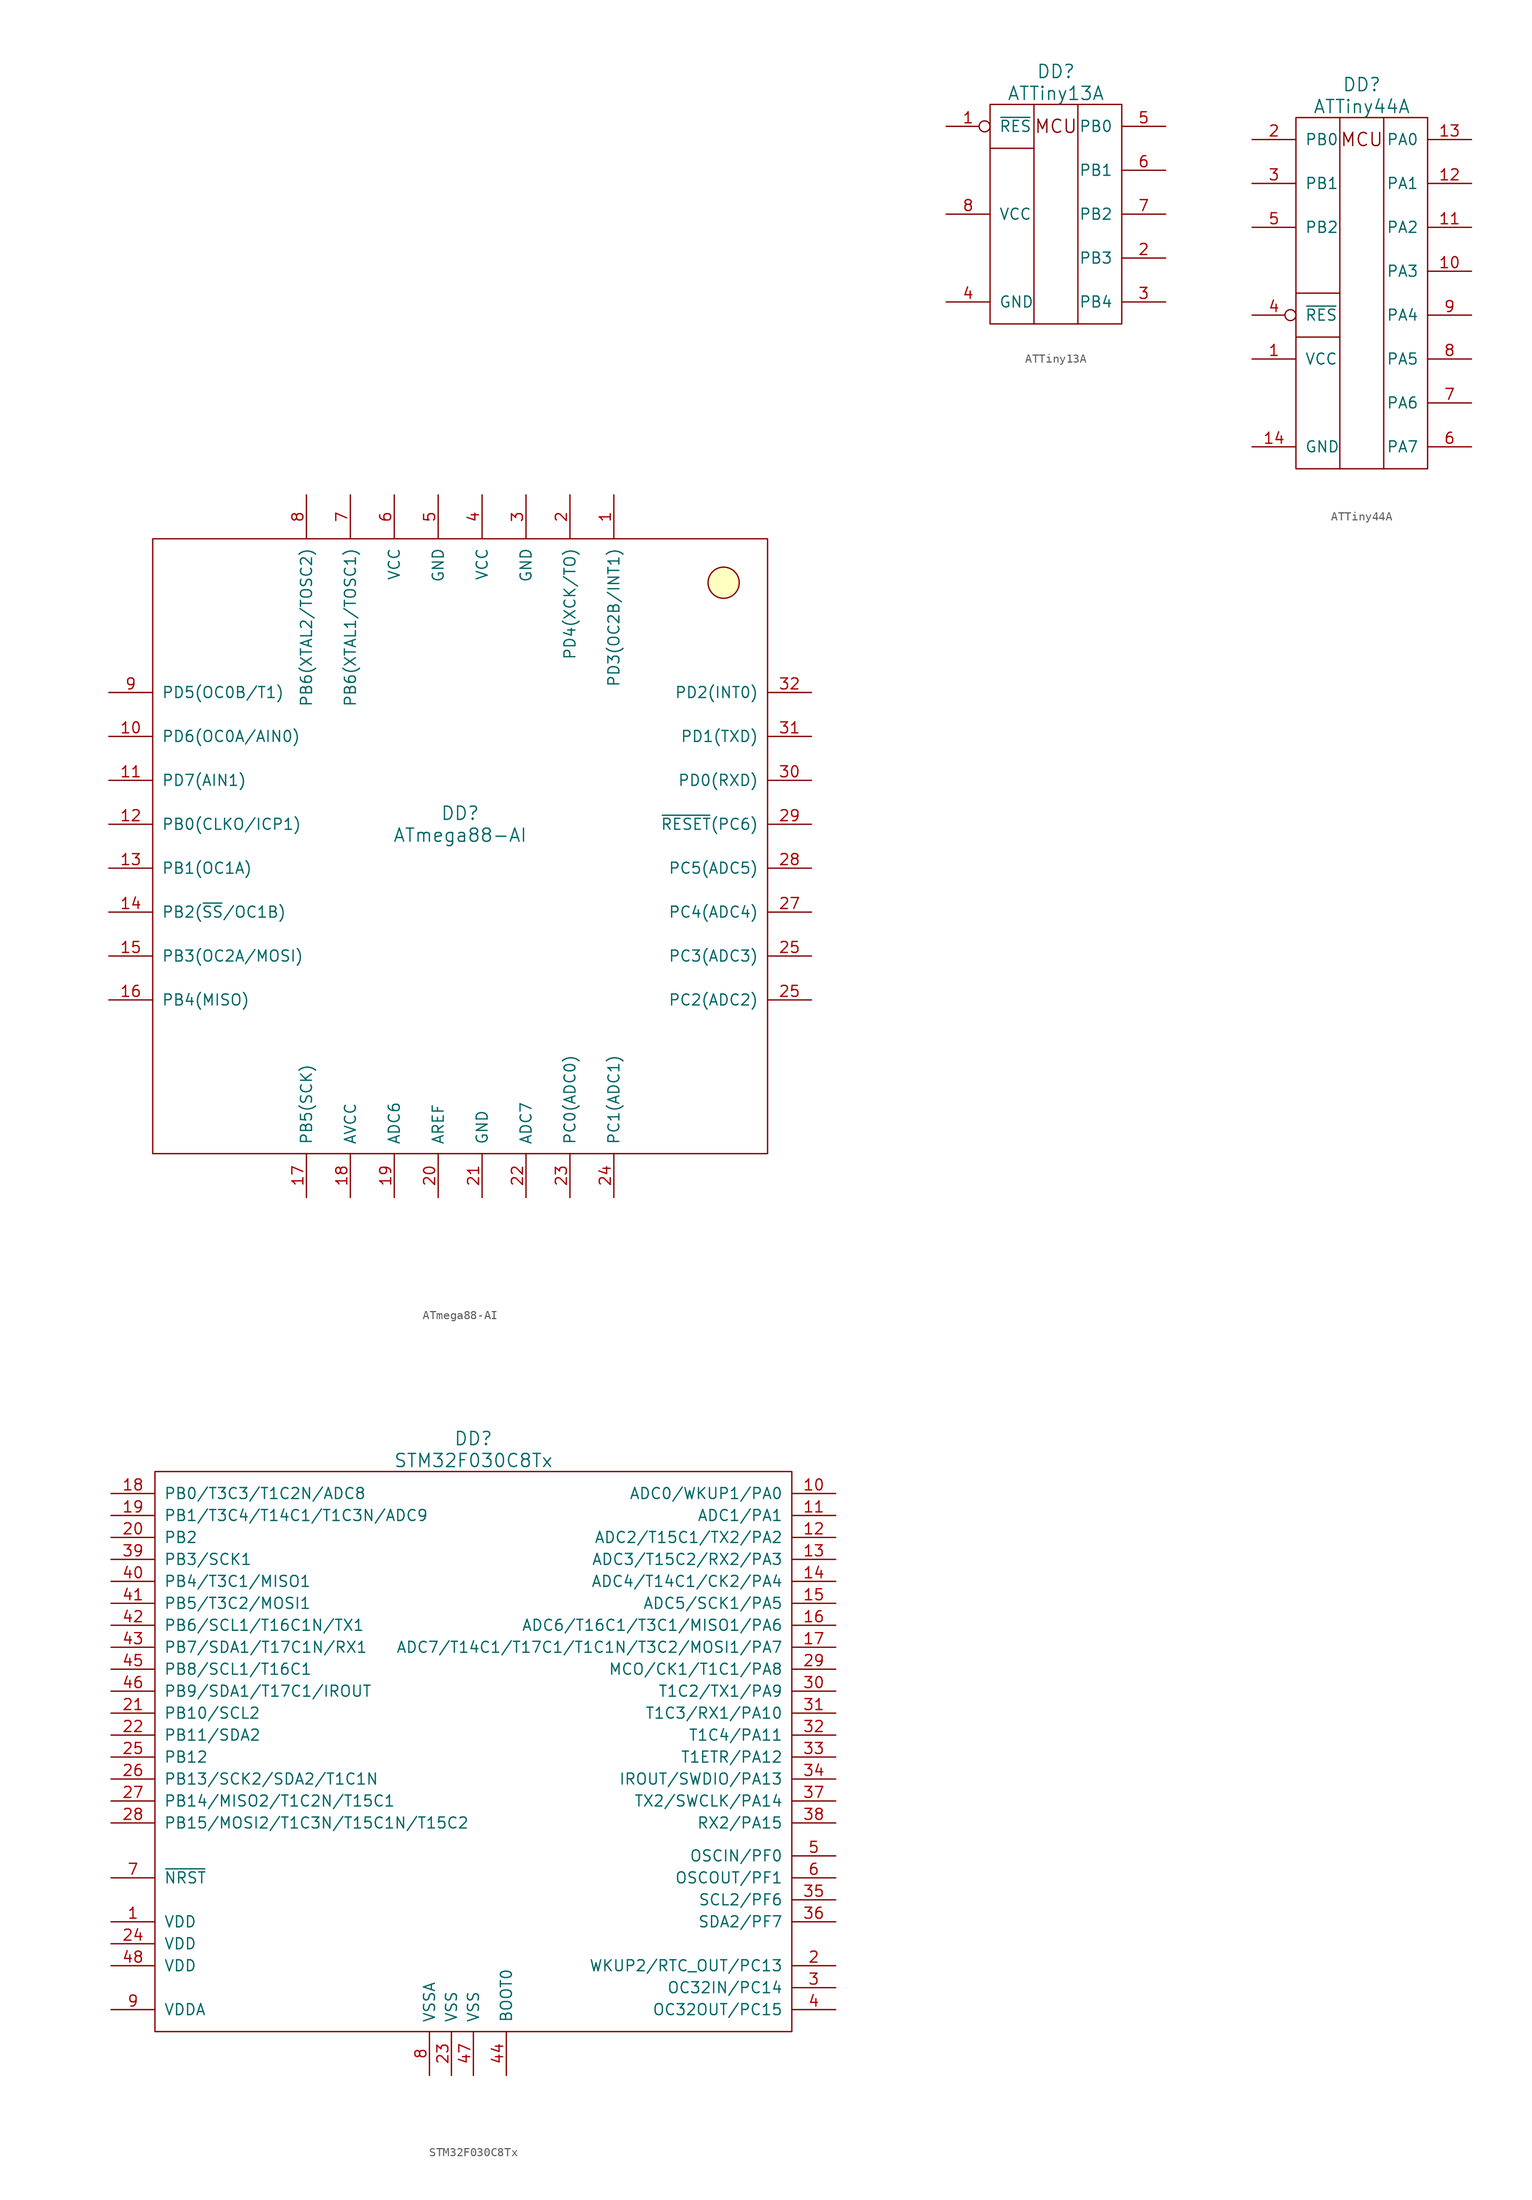
<source format=kicad_sym>
(kicad_symbol_lib
  (version 20220914)
  (generator kicad_symbol_editor)
  (symbol "ATmega88-AI"
    (pin_names
      (offset 1.016))
    (property "Reference" "DD"
      (at 0 3.81 0)
      (effects (font (size 1.524 1.524))))
    (property "Value" "ATmega88-AI"
      (at 0 1.27 0)
      (effects (font (size 1.524 1.524))))
    (property "Datasheet" ""
      (at 12.7 81.28 0)
      (effects (font (size 1.524 1.524))))
    (symbol "ATmega88-AI_0_1"
      (circle (center 30.48 30.48) (radius 1.803) (stroke (width 0) (type solid)) (fill (type background)))
      (rectangle (start 35.56 35.56) (end -35.56 -35.56) (stroke (width 0) (type solid)) (fill (type none))))
    (symbol "ATmega88-AI_1_1"
      (pin bidirectional line (at 17.78 40.64 270) (length 5.08) (name "PD3(OC2B/INT1)" (effects (font (size 1.27 1.27)))) (number "1" (effects (font (size 1.27 1.27)))))
      (pin bidirectional line (at -40.64 12.7 0) (length 5.08) (name "PD6(OC0A/AIN0)" (effects (font (size 1.27 1.27)))) (number "10" (effects (font (size 1.27 1.27)))))
      (pin bidirectional line (at -40.64 7.62 0) (length 5.08) (name "PD7(AIN1)" (effects (font (size 1.27 1.27)))) (number "11" (effects (font (size 1.27 1.27)))))
      (pin bidirectional line (at -40.64 2.54 0) (length 5.08) (name "PB0(CLKO/ICP1)" (effects (font (size 1.27 1.27)))) (number "12" (effects (font (size 1.27 1.27)))))
      (pin bidirectional line (at -40.64 -2.54 0) (length 5.08) (name "PB1(OC1A)" (effects (font (size 1.27 1.27)))) (number "13" (effects (font (size 1.27 1.27)))))
      (pin bidirectional line (at -40.64 -7.62 0) (length 5.08) (name "PB2(~{SS}/OC1B)" (effects (font (size 1.27 1.27)))) (number "14" (effects (font (size 1.27 1.27)))))
      (pin bidirectional line (at -40.64 -12.7 0) (length 5.08) (name "PB3(OC2A/MOSI)" (effects (font (size 1.27 1.27)))) (number "15" (effects (font (size 1.27 1.27)))))
      (pin bidirectional line (at -40.64 -17.78 0) (length 5.08) (name "PB4(MISO)" (effects (font (size 1.27 1.27)))) (number "16" (effects (font (size 1.27 1.27)))))
      (pin bidirectional line (at -17.78 -40.64 90) (length 5.08) (name "PB5(SCK)" (effects (font (size 1.27 1.27)))) (number "17" (effects (font (size 1.27 1.27)))))
      (pin power_in line (at -12.7 -40.64 90) (length 5.08) (name "AVCC" (effects (font (size 1.27 1.27)))) (number "18" (effects (font (size 1.27 1.27)))))
      (pin input line (at -7.62 -40.64 90) (length 5.08) (name "ADC6" (effects (font (size 1.27 1.27)))) (number "19" (effects (font (size 1.27 1.27)))))
      (pin bidirectional line (at 12.7 40.64 270) (length 5.08) (name "PD4(XCK/TO)" (effects (font (size 1.27 1.27)))) (number "2" (effects (font (size 1.27 1.27)))))
      (pin bidirectional line (at -2.54 -40.64 90) (length 5.08) (name "AREF" (effects (font (size 1.27 1.27)))) (number "20" (effects (font (size 1.27 1.27)))))
      (pin power_in line (at 2.54 -40.64 90) (length 5.08) (name "GND" (effects (font (size 1.27 1.27)))) (number "21" (effects (font (size 1.27 1.27)))))
      (pin input line (at 7.62 -40.64 90) (length 5.08) (name "ADC7" (effects (font (size 1.27 1.27)))) (number "22" (effects (font (size 1.27 1.27)))))
      (pin bidirectional line (at 12.7 -40.64 90) (length 5.08) (name "PC0(ADC0)" (effects (font (size 1.27 1.27)))) (number "23" (effects (font (size 1.27 1.27)))))
      (pin bidirectional line (at 17.78 -40.64 90) (length 5.08) (name "PC1(ADC1)" (effects (font (size 1.27 1.27)))) (number "24" (effects (font (size 1.27 1.27)))))
      (pin bidirectional line (at 40.64 -17.78 180) (length 5.08) (name "PC2(ADC2)" (effects (font (size 1.27 1.27)))) (number "25" (effects (font (size 1.27 1.27)))))
      (pin bidirectional line (at 40.64 -12.7 180) (length 5.08) (name "PC3(ADC3)" (effects (font (size 1.27 1.27)))) (number "25" (effects (font (size 1.27 1.27)))))
      (pin bidirectional line (at 40.64 -7.62 180) (length 5.08) (name "PC4(ADC4)" (effects (font (size 1.27 1.27)))) (number "27" (effects (font (size 1.27 1.27)))))
      (pin bidirectional line (at 40.64 -2.54 180) (length 5.08) (name "PC5(ADC5)" (effects (font (size 1.27 1.27)))) (number "28" (effects (font (size 1.27 1.27)))))
      (pin bidirectional line (at 40.64 2.54 180) (length 5.08) (name "~{RESET}(PC6)" (effects (font (size 1.27 1.27)))) (number "29" (effects (font (size 1.27 1.27)))))
      (pin power_in line (at 7.62 40.64 270) (length 5.08) (name "GND" (effects (font (size 1.27 1.27)))) (number "3" (effects (font (size 1.27 1.27)))))
      (pin bidirectional line (at 40.64 7.62 180) (length 5.08) (name "PD0(RXD)" (effects (font (size 1.27 1.27)))) (number "30" (effects (font (size 1.27 1.27)))))
      (pin bidirectional line (at 40.64 12.7 180) (length 5.08) (name "PD1(TXD)" (effects (font (size 1.27 1.27)))) (number "31" (effects (font (size 1.27 1.27)))))
      (pin bidirectional line (at 40.64 17.78 180) (length 5.08) (name "PD2(INT0)" (effects (font (size 1.27 1.27)))) (number "32" (effects (font (size 1.27 1.27)))))
      (pin power_in line (at 2.54 40.64 270) (length 5.08) (name "VCC" (effects (font (size 1.27 1.27)))) (number "4" (effects (font (size 1.27 1.27)))))
      (pin power_in line (at -2.54 40.64 270) (length 5.08) (name "GND" (effects (font (size 1.27 1.27)))) (number "5" (effects (font (size 1.27 1.27)))))
      (pin power_in line (at -7.62 40.64 270) (length 5.08) (name "VCC" (effects (font (size 1.27 1.27)))) (number "6" (effects (font (size 1.27 1.27)))))
      (pin bidirectional line (at -12.7 40.64 270) (length 5.08) (name "PB6(XTAL1/TOSC1)" (effects (font (size 1.27 1.27)))) (number "7" (effects (font (size 1.27 1.27)))))
      (pin bidirectional line (at -17.78 40.64 270) (length 5.08) (name "PB6(XTAL2/TOSC2)" (effects (font (size 1.27 1.27)))) (number "8" (effects (font (size 1.27 1.27)))))
      (pin bidirectional line (at -40.64 17.78 0) (length 5.08) (name "PD5(OC0B/T1)" (effects (font (size 1.27 1.27)))) (number "9" (effects (font (size 1.27 1.27)))))))
  (symbol "ATTiny13A"
    (pin_names
      (offset 1.016))
    (property "Reference" "DD"
      (at 0 16.51 0)
      (effects (font (size 1.524 1.524))))
    (property "Value" "ATTiny13A"
      (at 0 13.97 0)
      (effects (font (size 1.524 1.524))))
    (property "Datasheet" ""
      (at -12.7 10.16 0)
      (effects (font (size 1.524 1.524))))
    (symbol "ATTiny13A_0_0"
      (polyline (pts (xy -7.62 7.62) (xy -2.54 7.62) (xy -2.54 7.62)) (stroke (width 0) (type solid)) (fill (type none)))
      (text "MCU" (at 0 10.16 0) (effects (font (size 1.524 1.524)))))
    (symbol "ATTiny13A_0_1"
      (rectangle (start -7.62 12.7) (end 7.62 -12.7) (stroke (width 0) (type solid)) (fill (type none)))
      (polyline (pts (xy -2.54 12.7) (xy -2.54 -7.62) (xy -2.54 -12.7)) (stroke (width 0) (type solid)) (fill (type none)))
      (polyline (pts (xy 2.54 -12.7) (xy 2.54 12.7) (xy 2.54 12.7)) (stroke (width 0) (type solid)) (fill (type none))))
    (symbol "ATTiny13A_1_1"
      (pin input inverted (at -12.7 10.16 0) (length 5.08) (name "~{RES}" (effects (font (size 1.27 1.27)))) (number "1" (effects (font (size 1.27 1.27)))))
      (pin bidirectional line (at 12.7 -5.08 180) (length 5.08) (name "PB3" (effects (font (size 1.27 1.27)))) (number "2" (effects (font (size 1.27 1.27)))))
      (pin bidirectional line (at 12.7 -10.16 180) (length 5.08) (name "PB4" (effects (font (size 1.27 1.27)))) (number "3" (effects (font (size 1.27 1.27)))))
      (pin power_in line (at -12.7 -10.16 0) (length 5.08) (name "GND" (effects (font (size 1.27 1.27)))) (number "4" (effects (font (size 1.27 1.27)))))
      (pin bidirectional line (at 12.7 10.16 180) (length 5.08) (name "PB0" (effects (font (size 1.27 1.27)))) (number "5" (effects (font (size 1.27 1.27)))))
      (pin bidirectional line (at 12.7 5.08 180) (length 5.08) (name "PB1" (effects (font (size 1.27 1.27)))) (number "6" (effects (font (size 1.27 1.27)))))
      (pin bidirectional line (at 12.7 0 180) (length 5.08) (name "PB2" (effects (font (size 1.27 1.27)))) (number "7" (effects (font (size 1.27 1.27)))))
      (pin power_in line (at -12.7 0 0) (length 5.08) (name "VCC" (effects (font (size 1.27 1.27)))) (number "8" (effects (font (size 1.27 1.27)))))))
  (symbol "ATTiny44A"
    (pin_names
      (offset 1.016))
    (property "Reference" "DD"
      (at 0 24.13 0)
      (effects (font (size 1.524 1.524))))
    (property "Value" "ATTiny44A"
      (at 0 21.59 0)
      (effects (font (size 1.524 1.524))))
    (property "Datasheet" ""
      (at -12.7 17.78 0)
      (effects (font (size 1.524 1.524))))
    (symbol "ATTiny44A_0_0"
      (polyline (pts (xy -7.62 -5.08) (xy -2.54 -5.08) (xy -2.54 -5.08)) (stroke (width 0) (type solid)) (fill (type none)))
      (polyline (pts (xy -7.62 0) (xy -2.54 0) (xy -2.54 0)) (stroke (width 0) (type solid)) (fill (type none)))
      (text "MCU" (at 0 17.78 0) (effects (font (size 1.524 1.524)))))
    (symbol "ATTiny44A_0_1"
      (rectangle (start -7.62 20.32) (end 7.62 -20.32) (stroke (width 0) (type solid)) (fill (type none)))
      (polyline (pts (xy -2.54 20.32) (xy -2.54 -13.97) (xy -2.54 -20.32)) (stroke (width 0) (type solid)) (fill (type none)))
      (polyline (pts (xy 2.54 -20.32) (xy 2.54 20.32) (xy 2.54 20.32)) (stroke (width 0) (type solid)) (fill (type none))))
    (symbol "ATTiny44A_1_1"
      (pin power_in line (at -12.7 -7.62 0) (length 5.08) (name "VCC" (effects (font (size 1.27 1.27)))) (number "1" (effects (font (size 1.27 1.27)))))
      (pin bidirectional line (at 12.7 2.54 180) (length 5.08) (name "PA3" (effects (font (size 1.27 1.27)))) (number "10" (effects (font (size 1.27 1.27)))))
      (pin bidirectional line (at 12.7 7.62 180) (length 5.08) (name "PA2" (effects (font (size 1.27 1.27)))) (number "11" (effects (font (size 1.27 1.27)))))
      (pin bidirectional line (at 12.7 12.7 180) (length 5.08) (name "PA1" (effects (font (size 1.27 1.27)))) (number "12" (effects (font (size 1.27 1.27)))))
      (pin bidirectional line (at 12.7 17.78 180) (length 5.08) (name "PA0" (effects (font (size 1.27 1.27)))) (number "13" (effects (font (size 1.27 1.27)))))
      (pin power_in line (at -12.7 -17.78 0) (length 5.08) (name "GND" (effects (font (size 1.27 1.27)))) (number "14" (effects (font (size 1.27 1.27)))))
      (pin bidirectional line (at -12.7 17.78 0) (length 5.08) (name "PB0" (effects (font (size 1.27 1.27)))) (number "2" (effects (font (size 1.27 1.27)))))
      (pin bidirectional line (at -12.7 12.7 0) (length 5.08) (name "PB1" (effects (font (size 1.27 1.27)))) (number "3" (effects (font (size 1.27 1.27)))))
      (pin input inverted (at -12.7 -2.54 0) (length 5.08) (name "~{RES}" (effects (font (size 1.27 1.27)))) (number "4" (effects (font (size 1.27 1.27)))))
      (pin bidirectional line (at -12.7 7.62 0) (length 5.08) (name "PB2" (effects (font (size 1.27 1.27)))) (number "5" (effects (font (size 1.27 1.27)))))
      (pin bidirectional line (at 12.7 -17.78 180) (length 5.08) (name "PA7" (effects (font (size 1.27 1.27)))) (number "6" (effects (font (size 1.27 1.27)))))
      (pin bidirectional line (at 12.7 -12.7 180) (length 5.08) (name "PA6" (effects (font (size 1.27 1.27)))) (number "7" (effects (font (size 1.27 1.27)))))
      (pin bidirectional line (at 12.7 -7.62 180) (length 5.08) (name "PA5" (effects (font (size 1.27 1.27)))) (number "8" (effects (font (size 1.27 1.27)))))
      (pin bidirectional line (at 12.7 -2.54 180) (length 5.08) (name "PA4" (effects (font (size 1.27 1.27)))) (number "9" (effects (font (size 1.27 1.27)))))))
  (symbol "STM32F030C8Tx"
    (pin_names
      (offset 1.016))
    (property "Reference" "DD"
      (at 0 35.56 0)
      (effects (font (size 1.524 1.524))))
    (property "Value" "STM32F030C8Tx"
      (at 0 33.02 0)
      (effects (font (size 1.524 1.524))))
    (property "Datasheet" ""
      (at -3.81 -1.27 0)
      (effects (font (size 1.524 1.524))))
    (symbol "STM32F030C8Tx_0_1"
      (rectangle (start -36.83 31.75) (end 36.83 -33.02) (stroke (width 0) (type solid)) (fill (type none))))
    (symbol "STM32F030C8Tx_1_1"
      (pin power_in line (at -41.91 -20.32 0) (length 5.08) (name "VDD" (effects (font (size 1.27 1.27)))) (number "1" (effects (font (size 1.27 1.27)))))
      (pin passive line (at 41.91 29.21 180) (length 5.08) (name "ADC0/WKUP1/PA0" (effects (font (size 1.27 1.27)))) (number "10" (effects (font (size 1.27 1.27)))))
      (pin passive line (at 41.91 26.67 180) (length 5.08) (name "ADC1/PA1" (effects (font (size 1.27 1.27)))) (number "11" (effects (font (size 1.27 1.27)))))
      (pin passive line (at 41.91 24.13 180) (length 5.08) (name "ADC2/T15C1/TX2/PA2" (effects (font (size 1.27 1.27)))) (number "12" (effects (font (size 1.27 1.27)))))
      (pin passive line (at 41.91 21.59 180) (length 5.08) (name "ADC3/T15C2/RX2/PA3" (effects (font (size 1.27 1.27)))) (number "13" (effects (font (size 1.27 1.27)))))
      (pin passive line (at 41.91 19.05 180) (length 5.08) (name "ADC4/T14C1/CK2/PA4" (effects (font (size 1.27 1.27)))) (number "14" (effects (font (size 1.27 1.27)))))
      (pin passive line (at 41.91 16.51 180) (length 5.08) (name "ADC5/SCK1/PA5" (effects (font (size 1.27 1.27)))) (number "15" (effects (font (size 1.27 1.27)))))
      (pin passive line (at 41.91 13.97 180) (length 5.08) (name "ADC6/T16C1/T3C1/MISO1/PA6" (effects (font (size 1.27 1.27)))) (number "16" (effects (font (size 1.27 1.27)))))
      (pin passive line (at 41.91 11.43 180) (length 5.08) (name "ADC7/T14C1/T17C1/T1C1N/T3C2/MOSI1/PA7" (effects (font (size 1.27 1.27)))) (number "17" (effects (font (size 1.27 1.27)))))
      (pin passive line (at -41.91 29.21 0) (length 5.08) (name "PB0/T3C3/T1C2N/ADC8" (effects (font (size 1.27 1.27)))) (number "18" (effects (font (size 1.27 1.27)))))
      (pin passive line (at -41.91 26.67 0) (length 5.08) (name "PB1/T3C4/T14C1/T1C3N/ADC9" (effects (font (size 1.27 1.27)))) (number "19" (effects (font (size 1.27 1.27)))))
      (pin passive line (at 41.91 -25.4 180) (length 5.08) (name "WKUP2/RTC_OUT/PC13" (effects (font (size 1.27 1.27)))) (number "2" (effects (font (size 1.27 1.27)))))
      (pin passive line (at -41.91 24.13 0) (length 5.08) (name "PB2" (effects (font (size 1.27 1.27)))) (number "20" (effects (font (size 1.27 1.27)))))
      (pin passive line (at -41.91 3.81 0) (length 5.08) (name "PB10/SCL2" (effects (font (size 1.27 1.27)))) (number "21" (effects (font (size 1.27 1.27)))))
      (pin passive line (at -41.91 1.27 0) (length 5.08) (name "PB11/SDA2" (effects (font (size 1.27 1.27)))) (number "22" (effects (font (size 1.27 1.27)))))
      (pin power_in line (at -2.54 -38.1 90) (length 5.08) (name "VSS" (effects (font (size 1.27 1.27)))) (number "23" (effects (font (size 1.27 1.27)))))
      (pin power_in line (at -41.91 -22.86 0) (length 5.08) (name "VDD" (effects (font (size 1.27 1.27)))) (number "24" (effects (font (size 1.27 1.27)))))
      (pin passive line (at -41.91 -1.27 0) (length 5.08) (name "PB12" (effects (font (size 1.27 1.27)))) (number "25" (effects (font (size 1.27 1.27)))))
      (pin passive line (at -41.91 -3.81 0) (length 5.08) (name "PB13/SCK2/SDA2/T1C1N" (effects (font (size 1.27 1.27)))) (number "26" (effects (font (size 1.27 1.27)))))
      (pin passive line (at -41.91 -6.35 0) (length 5.08) (name "PB14/MISO2/T1C2N/T15C1" (effects (font (size 1.27 1.27)))) (number "27" (effects (font (size 1.27 1.27)))))
      (pin passive line (at -41.91 -8.89 0) (length 5.08) (name "PB15/MOSI2/T1C3N/T15C1N/T15C2" (effects (font (size 1.27 1.27)))) (number "28" (effects (font (size 1.27 1.27)))))
      (pin passive line (at 41.91 8.89 180) (length 5.08) (name "MCO/CK1/T1C1/PA8" (effects (font (size 1.27 1.27)))) (number "29" (effects (font (size 1.27 1.27)))))
      (pin passive line (at 41.91 -27.94 180) (length 5.08) (name "OC32IN/PC14" (effects (font (size 1.27 1.27)))) (number "3" (effects (font (size 1.27 1.27)))))
      (pin passive line (at 41.91 6.35 180) (length 5.08) (name "T1C2/TX1/PA9" (effects (font (size 1.27 1.27)))) (number "30" (effects (font (size 1.27 1.27)))))
      (pin passive line (at 41.91 3.81 180) (length 5.08) (name "T1C3/RX1/PA10" (effects (font (size 1.27 1.27)))) (number "31" (effects (font (size 1.27 1.27)))))
      (pin passive line (at 41.91 1.27 180) (length 5.08) (name "T1C4/PA11" (effects (font (size 1.27 1.27)))) (number "32" (effects (font (size 1.27 1.27)))))
      (pin passive line (at 41.91 -1.27 180) (length 5.08) (name "T1ETR/PA12" (effects (font (size 1.27 1.27)))) (number "33" (effects (font (size 1.27 1.27)))))
      (pin passive line (at 41.91 -3.81 180) (length 5.08) (name "IROUT/SWDIO/PA13" (effects (font (size 1.27 1.27)))) (number "34" (effects (font (size 1.27 1.27)))))
      (pin passive line (at 41.91 -17.78 180) (length 5.08) (name "SCL2/PF6" (effects (font (size 1.27 1.27)))) (number "35" (effects (font (size 1.27 1.27)))))
      (pin passive line (at 41.91 -20.32 180) (length 5.08) (name "SDA2/PF7" (effects (font (size 1.27 1.27)))) (number "36" (effects (font (size 1.27 1.27)))))
      (pin passive line (at 41.91 -6.35 180) (length 5.08) (name "TX2/SWCLK/PA14" (effects (font (size 1.27 1.27)))) (number "37" (effects (font (size 1.27 1.27)))))
      (pin passive line (at 41.91 -8.89 180) (length 5.08) (name "RX2/PA15" (effects (font (size 1.27 1.27)))) (number "38" (effects (font (size 1.27 1.27)))))
      (pin passive line (at -41.91 21.59 0) (length 5.08) (name "PB3/SCK1" (effects (font (size 1.27 1.27)))) (number "39" (effects (font (size 1.27 1.27)))))
      (pin passive line (at 41.91 -30.48 180) (length 5.08) (name "OC32OUT/PC15" (effects (font (size 1.27 1.27)))) (number "4" (effects (font (size 1.27 1.27)))))
      (pin passive line (at -41.91 19.05 0) (length 5.08) (name "PB4/T3C1/MISO1" (effects (font (size 1.27 1.27)))) (number "40" (effects (font (size 1.27 1.27)))))
      (pin passive line (at -41.91 16.51 0) (length 5.08) (name "PB5/T3C2/MOSI1" (effects (font (size 1.27 1.27)))) (number "41" (effects (font (size 1.27 1.27)))))
      (pin passive line (at -41.91 13.97 0) (length 5.08) (name "PB6/SCL1/T16C1N/TX1" (effects (font (size 1.27 1.27)))) (number "42" (effects (font (size 1.27 1.27)))))
      (pin passive line (at -41.91 11.43 0) (length 5.08) (name "PB7/SDA1/T17C1N/RX1" (effects (font (size 1.27 1.27)))) (number "43" (effects (font (size 1.27 1.27)))))
      (pin passive line (at 3.81 -38.1 90) (length 5.08) (name "BOOT0" (effects (font (size 1.27 1.27)))) (number "44" (effects (font (size 1.27 1.27)))))
      (pin passive line (at -41.91 8.89 0) (length 5.08) (name "PB8/SCL1/T16C1" (effects (font (size 1.27 1.27)))) (number "45" (effects (font (size 1.27 1.27)))))
      (pin passive line (at -41.91 6.35 0) (length 5.08) (name "PB9/SDA1/T17C1/IROUT" (effects (font (size 1.27 1.27)))) (number "46" (effects (font (size 1.27 1.27)))))
      (pin power_in line (at 0 -38.1 90) (length 5.08) (name "VSS" (effects (font (size 1.27 1.27)))) (number "47" (effects (font (size 1.27 1.27)))))
      (pin power_in line (at -41.91 -25.4 0) (length 5.08) (name "VDD" (effects (font (size 1.27 1.27)))) (number "48" (effects (font (size 1.27 1.27)))))
      (pin passive line (at 41.91 -12.7 180) (length 5.08) (name "OSCIN/PF0" (effects (font (size 1.27 1.27)))) (number "5" (effects (font (size 1.27 1.27)))))
      (pin passive line (at 41.91 -15.24 180) (length 5.08) (name "OSCOUT/PF1" (effects (font (size 1.27 1.27)))) (number "6" (effects (font (size 1.27 1.27)))))
      (pin passive line (at -41.91 -15.24 0) (length 5.08) (name "~{NRST}" (effects (font (size 1.27 1.27)))) (number "7" (effects (font (size 1.27 1.27)))))
      (pin power_in line (at -5.08 -38.1 90) (length 5.08) (name "VSSA" (effects (font (size 1.27 1.27)))) (number "8" (effects (font (size 1.27 1.27)))))
      (pin power_in line (at -41.91 -30.48 0) (length 5.08) (name "VDDA" (effects (font (size 1.27 1.27)))) (number "9" (effects (font (size 1.27 1.27))))))))
</source>
